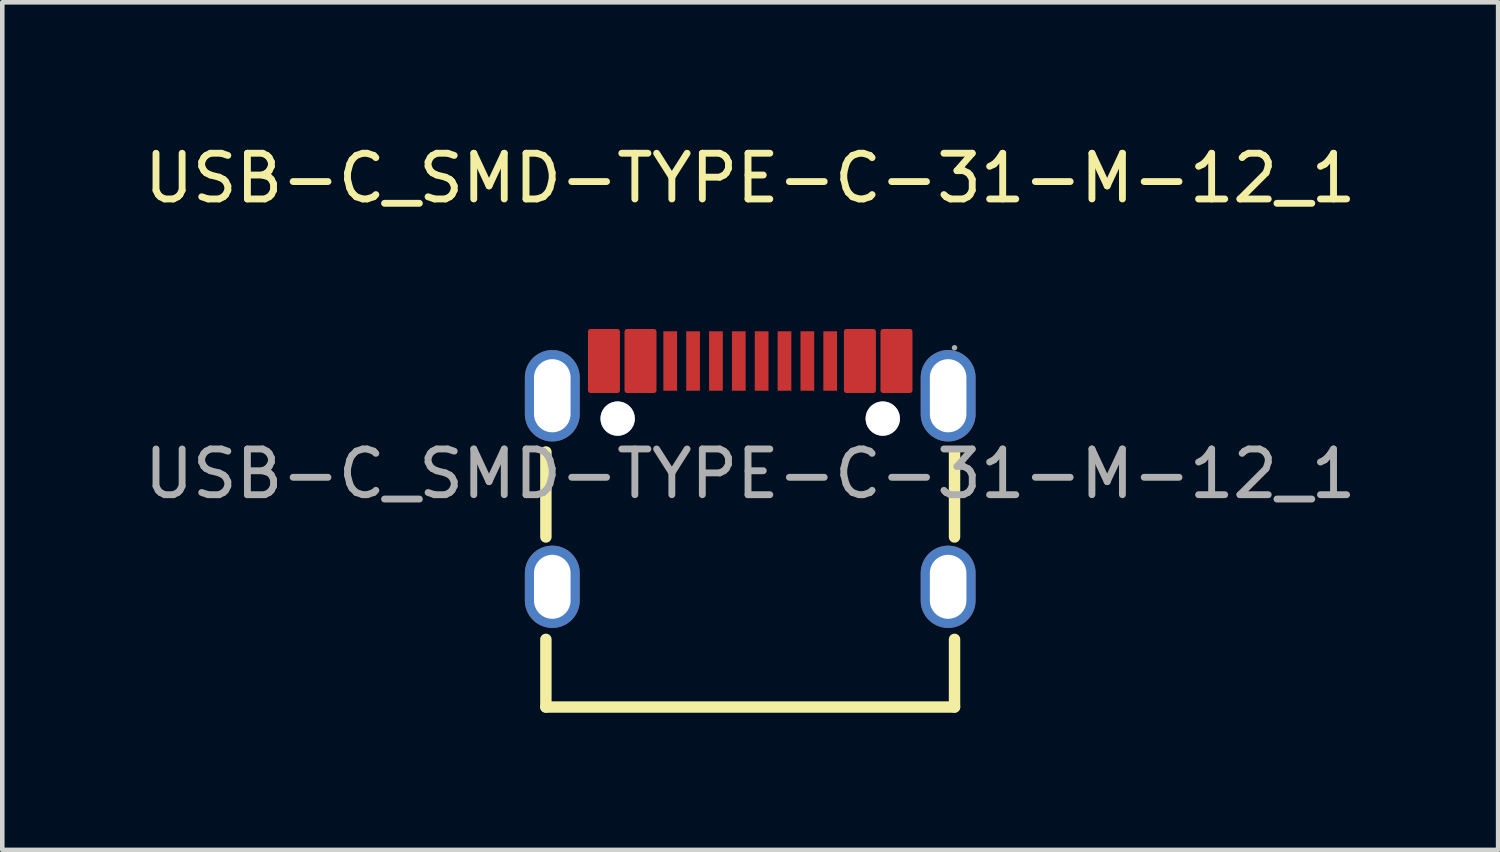
<source format=kicad_pcb>
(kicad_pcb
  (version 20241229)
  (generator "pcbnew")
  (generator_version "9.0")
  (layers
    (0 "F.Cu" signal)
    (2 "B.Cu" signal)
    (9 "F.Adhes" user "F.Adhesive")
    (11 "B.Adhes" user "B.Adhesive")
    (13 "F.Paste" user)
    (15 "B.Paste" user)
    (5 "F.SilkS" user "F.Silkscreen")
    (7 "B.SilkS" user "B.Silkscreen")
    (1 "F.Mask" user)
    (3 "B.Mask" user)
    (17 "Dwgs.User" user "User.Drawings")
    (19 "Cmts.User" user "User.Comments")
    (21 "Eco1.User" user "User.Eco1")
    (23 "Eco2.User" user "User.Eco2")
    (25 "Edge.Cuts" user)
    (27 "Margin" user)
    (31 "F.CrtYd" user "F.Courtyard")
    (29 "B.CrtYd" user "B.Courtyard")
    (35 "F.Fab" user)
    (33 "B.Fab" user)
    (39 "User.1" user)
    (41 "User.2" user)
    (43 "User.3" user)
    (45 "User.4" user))
  (footprint "USB-C_SMD-TYPE-C-31-M-12_1"
    (layer "F.Cu")
    (at 13.363 7.318)
    (property "Reference" "USB-C_SMD-TYPE-C-31-M-12_1" (at 0 -6.47 0) (layer "F.SilkS") (effects (font (size 1 1) (thickness 0.15))))
    (attr smd)
    (fp_line (start -4.47 1.38) (end -4.47 -0.48) (stroke (width 0.25) (type solid)) (layer "F.SilkS"))
    (fp_line (start -4.47 5.1) (end -4.47 3.62) (stroke (width 0.25) (type solid)) (layer "F.SilkS"))
    (fp_line (start 4.47 1.38) (end 4.47 -0.48) (stroke (width 0.25) (type solid)) (layer "F.SilkS"))
    (fp_line (start 4.47 5.1) (end -4.47 5.1) (stroke (width 0.25) (type solid)) (layer "F.SilkS"))
    (fp_line (start 4.47 5.1) (end 4.47 3.62) (stroke (width 0.25) (type solid)) (layer "F.SilkS"))
    (fp_circle (center -2.9 -1.21) (end -2.78 -1.21) (stroke (width 0.25) (type solid)) (fill no) (layer "Cmts.User"))
    (fp_circle (center 2.9 -1.21) (end 3.02 -1.21) (stroke (width 0.25) (type solid)) (fill no) (layer "Cmts.User"))
    (fp_circle (center 4.47 -2.76) (end 4.5 -2.76) (stroke (width 0.06) (type solid)) (fill no) (layer "F.Fab"))
    (fp_text user "${REFERENCE}" (at 0 0 0) (layer "F.Fab") (effects (font (size 1 1) (thickness 0.15))))
    (pad "" thru_hole circle (at -2.9 -1.21) (size 0.75 0.75) (drill 0.75) (layers "*.Cu" "*.Mask"))
    (pad "" thru_hole circle (at 2.9 -1.21) (size 0.75 0.75) (drill 0.75) (layers "*.Cu" "*.Mask"))
    (pad "1" thru_hole oval (at 4.33 -1.71) (size 1.2 2) (drill oval 0.8 1.6) (layers "*.Cu" "*.Mask"))
    (pad "2" thru_hole oval (at 4.33 2.47) (size 1.2 1.8) (drill oval 0.8 1.4) (layers "*.Cu" "*.Mask"))
    (pad "3" thru_hole oval (at -4.33 2.47) (size 1.2 1.8) (drill oval 0.8 1.4) (layers "*.Cu" "*.Mask"))
    (pad "4" thru_hole oval (at -4.33 -1.71) (size 1.2 2) (drill oval 0.8 1.6) (layers "*.Cu" "*.Mask"))
    (pad "A1B12" smd custom (at -3.2 -2.47) (size 0.01 0.01) (layers "F.Cu" "F.Mask" "F.Paste") (options (anchor circle)) (primitives (gr_poly (pts (xy 0.3 0.65) (xy 0.3 -0.65) (xy 0 -0.65) (xy -0.3 -0.65) (xy -0.3 0.65) (xy 0 0.65) (xy 0.3 0.65)) (width 0.1) (fill yes))))
    (pad "A4B9" smd custom (at -2.4 -2.47) (size 0.01 0.01) (layers "F.Cu" "F.Mask" "F.Paste") (options (anchor circle)) (primitives (gr_poly (pts (xy 0.3 0.65) (xy 0.3 -0.65) (xy 0 -0.65) (xy -0.3 -0.65) (xy -0.3 0.65) (xy 0 0.65) (xy 0.3 0.65)) (width 0.1) (fill yes))))
    (pad "A5" smd rect (at -1.25 -2.47) (size 0.3 1.3) (layers "F.Cu" "F.Mask" "F.Paste"))
    (pad "A6" smd rect (at -0.25 -2.47) (size 0.3 1.3) (layers "F.Cu" "F.Mask" "F.Paste"))
    (pad "A7" smd rect (at 0.25 -2.47) (size 0.3 1.3) (layers "F.Cu" "F.Mask" "F.Paste"))
    (pad "A8" smd rect (at 1.25 -2.47) (size 0.3 1.3) (layers "F.Cu" "F.Mask" "F.Paste"))
    (pad "B1A12" smd custom (at 3.2 -2.47) (size 0.01 0.01) (layers "F.Cu" "F.Mask" "F.Paste") (options (anchor circle)) (primitives (gr_poly (pts (xy -0.3 -0.65) (xy -0.3 0.65) (xy -0.01 0.65) (xy 0 0.65) (xy 0.3 0.65) (xy 0.3 -0.65) (xy 0 -0.65) (xy -0.01 -0.65) (xy -0.3 -0.65)) (width 0.1) (fill yes))))
    (pad "B4A9" smd custom (at 2.4 -2.47) (size 0.01 0.01) (layers "F.Cu" "F.Mask" "F.Paste") (options (anchor circle)) (primitives (gr_poly (pts (xy 0.3 0.65) (xy 0.3 -0.65) (xy 0 -0.65) (xy -0.3 -0.65) (xy -0.3 0.65) (xy 0 0.65) (xy 0.3 0.65)) (width 0.1) (fill yes))))
    (pad "B5" smd rect (at 1.75 -2.47) (size 0.3 1.3) (layers "F.Cu" "F.Mask" "F.Paste"))
    (pad "B6" smd rect (at 0.75 -2.47) (size 0.3 1.3) (layers "F.Cu" "F.Mask" "F.Paste"))
    (pad "B7" smd rect (at -0.75 -2.47) (size 0.3 1.3) (layers "F.Cu" "F.Mask" "F.Paste"))
    (pad "B8" smd rect (at -1.75 -2.47) (size 0.3 1.3) (layers "F.Cu" "F.Mask" "F.Paste")))
  (gr_rect
    (start -3 -3)
    (end 29.726 15.543)
    (stroke (width 0.1) (type default))
    (fill no)
    (layer "Edge.Cuts")))
</source>
